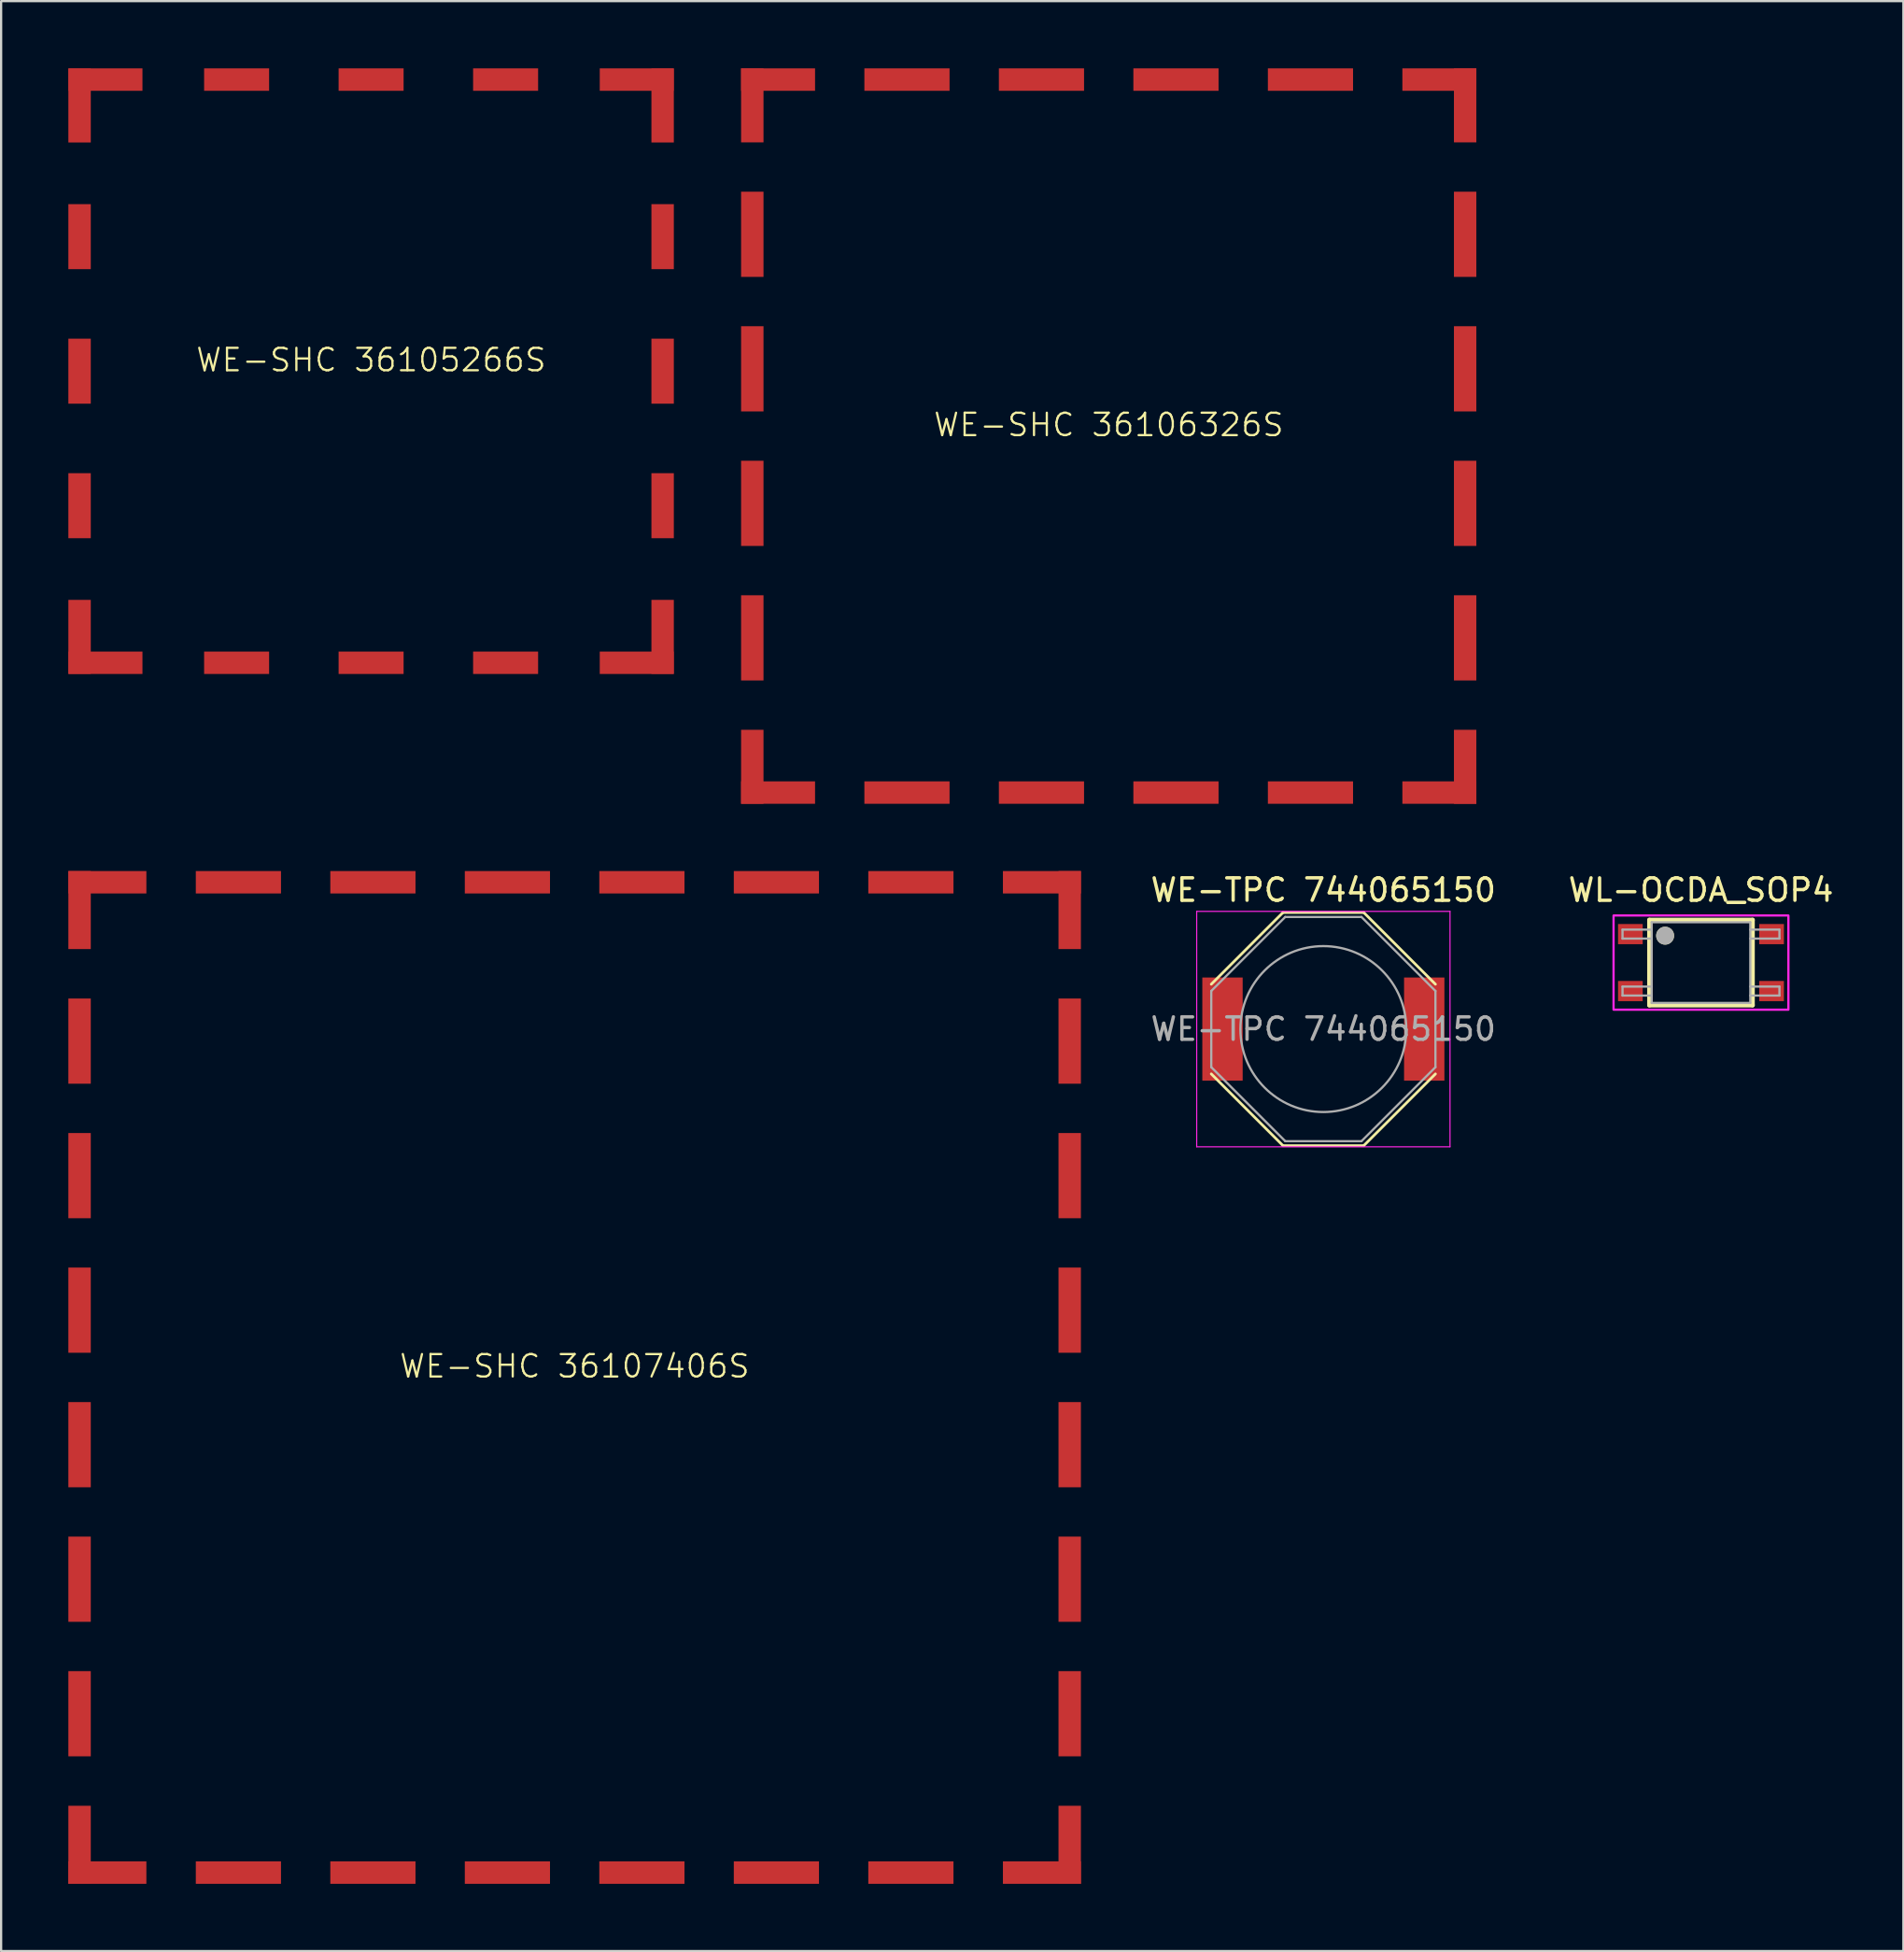
<source format=kicad_pcb>
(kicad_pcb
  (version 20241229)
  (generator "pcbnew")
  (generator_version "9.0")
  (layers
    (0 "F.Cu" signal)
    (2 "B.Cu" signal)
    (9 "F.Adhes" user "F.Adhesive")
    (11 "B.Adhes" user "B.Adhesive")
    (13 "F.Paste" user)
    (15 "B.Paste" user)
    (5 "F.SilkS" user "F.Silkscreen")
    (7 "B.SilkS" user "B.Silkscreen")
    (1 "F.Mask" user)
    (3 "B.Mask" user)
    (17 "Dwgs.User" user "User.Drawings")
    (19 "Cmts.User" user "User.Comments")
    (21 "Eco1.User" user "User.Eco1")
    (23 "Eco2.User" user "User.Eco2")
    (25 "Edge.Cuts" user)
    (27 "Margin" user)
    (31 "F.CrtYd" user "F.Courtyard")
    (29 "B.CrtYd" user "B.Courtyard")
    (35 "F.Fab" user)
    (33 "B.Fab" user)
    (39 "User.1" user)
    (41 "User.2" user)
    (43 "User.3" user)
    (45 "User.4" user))
  (footprint "WE-SHC 36105266S"
    (layer "F.Cu")
    (at 13.505 13.505)
    (property "Reference" "WE-SHC 36105266S" (at 0 -0.5 0) (unlocked yes) (layer "F.SilkS") (effects (font (size 1 1) (thickness 0.1))))
    (attr smd)
    (pad "1" smd rect (at -13.005 -11.85 90) (size 3.3 1) (layers "F.Cu" "F.Mask" "F.Paste"))
    (pad "1" smd rect (at -13.005 -6) (size 1 2.9) (layers "F.Cu" "F.Mask" "F.Paste"))
    (pad "1" smd rect (at -13.005 0) (size 1 2.9) (layers "F.Cu" "F.Mask" "F.Paste"))
    (pad "1" smd rect (at -13.005 6) (size 1 2.9) (layers "F.Cu" "F.Mask" "F.Paste"))
    (pad "1" smd rect (at -13.005 11.85 90) (size 3.3 1) (layers "F.Cu" "F.Mask" "F.Paste"))
    (pad "1" smd rect (at -11.85 -13.005) (size 3.3 1) (layers "F.Cu" "F.Mask" "F.Paste"))
    (pad "1" smd rect (at -11.85 13.005) (size 3.3 1) (layers "F.Cu" "F.Mask" "F.Paste"))
    (pad "1" smd rect (at -6 -13.005) (size 2.9 1) (layers "F.Cu" "F.Mask" "F.Paste"))
    (pad "1" smd rect (at -6 13.005) (size 2.9 1) (layers "F.Cu" "F.Mask" "F.Paste"))
    (pad "1" smd rect (at 0 -13.005) (size 2.9 1) (layers "F.Cu" "F.Mask" "F.Paste"))
    (pad "1" smd rect (at 0 13.005) (size 2.9 1) (layers "F.Cu" "F.Mask" "F.Paste"))
    (pad "1" smd rect (at 6 -13.005) (size 2.9 1) (layers "F.Cu" "F.Mask" "F.Paste"))
    (pad "1" smd rect (at 6 13.005) (size 2.9 1) (layers "F.Cu" "F.Mask" "F.Paste"))
    (pad "1" smd rect (at 11.85 -13.005) (size 3.3 1) (layers "F.Cu" "F.Mask" "F.Paste"))
    (pad "1" smd rect (at 11.85 13.005) (size 3.3 1) (layers "F.Cu" "F.Mask" "F.Paste"))
    (pad "1" smd rect (at 13.005 -11.85 90) (size 3.3 1) (layers "F.Cu" "F.Mask" "F.Paste"))
    (pad "1" smd rect (at 13.005 -6) (size 1 2.9) (layers "F.Cu" "F.Mask" "F.Paste"))
    (pad "1" smd rect (at 13.005 0) (size 1 2.9) (layers "F.Cu" "F.Mask" "F.Paste"))
    (pad "1" smd rect (at 13.005 6) (size 1 2.9) (layers "F.Cu" "F.Mask" "F.Paste"))
    (pad "1" smd rect (at 13.005 11.85 90) (size 3.3 1) (layers "F.Cu" "F.Mask" "F.Paste")))
  (footprint "WE-TPC 744065150"
    (layer "F.Cu")
    (at 55.985 42.848)
    (property "Reference" "WE-TPC 744065150" (at 0 -6.2 0) (layer "F.SilkS") (effects (font (size 1 1) (thickness 0.15))))
    (attr smd)
    (fp_line (start -1.8 -5.2) (end -5 -2) (stroke (width 0.12) (type solid)) (layer "F.SilkS"))
    (fp_line (start -1.8 -5.2) (end 1.8 -5.2) (stroke (width 0.12) (type solid)) (layer "F.SilkS"))
    (fp_line (start -1.8 5.2) (end -5 2) (stroke (width 0.12) (type solid)) (layer "F.SilkS"))
    (fp_line (start 1.8 -5.2) (end 5 -2) (stroke (width 0.12) (type solid)) (layer "F.SilkS"))
    (fp_line (start 1.8 5.2) (end -1.8 5.2) (stroke (width 0.12) (type solid)) (layer "F.SilkS"))
    (fp_line (start 1.8 5.2) (end 5 2) (stroke (width 0.12) (type solid)) (layer "F.SilkS"))
    (fp_line (start -5.65 -5.25) (end 5.65 -5.25) (stroke (width 0.05) (type solid)) (layer "F.CrtYd"))
    (fp_line (start -5.65 5.25) (end -5.65 -5.25) (stroke (width 0.05) (type solid)) (layer "F.CrtYd"))
    (fp_line (start 5.65 -5.25) (end 5.65 5.25) (stroke (width 0.05) (type solid)) (layer "F.CrtYd"))
    (fp_line (start 5.65 5.25) (end -5.65 5.25) (stroke (width 0.05) (type solid)) (layer "F.CrtYd"))
    (fp_line (start -5 -1.7) (end -1.7 -5) (stroke (width 0.1) (type solid)) (layer "F.Fab"))
    (fp_line (start -5 1.7) (end -5 -1.7) (stroke (width 0.1) (type solid)) (layer "F.Fab"))
    (fp_line (start -1.7 -5) (end 1.7 -5) (stroke (width 0.1) (type solid)) (layer "F.Fab"))
    (fp_line (start -1.7 5) (end -5 1.7) (stroke (width 0.1) (type solid)) (layer "F.Fab"))
    (fp_line (start 1.7 -5) (end 5 -1.7) (stroke (width 0.1) (type solid)) (layer "F.Fab"))
    (fp_line (start 1.7 5) (end -1.7 5) (stroke (width 0.1) (type solid)) (layer "F.Fab"))
    (fp_line (start 5 -1.7) (end 5 1.7) (stroke (width 0.1) (type solid)) (layer "F.Fab"))
    (fp_line (start 5 1.7) (end 1.7 5) (stroke (width 0.1) (type solid)) (layer "F.Fab"))
    (fp_circle (center 0 0) (end 3.7 0) (stroke (width 0.1) (type solid)) (fill no) (layer "F.Fab"))
    (fp_text user "${REFERENCE}" (at 0 0 0) (layer "F.Fab") (effects (font (size 1 1) (thickness 0.15))))
    (pad "1" smd rect (at -4.5 0) (size 1.8 4.6) (layers "F.Cu" "F.Mask" "F.Paste"))
    (pad "2" smd rect (at 4.5 0) (size 1.8 4.6) (layers "F.Cu" "F.Mask" "F.Paste")))
  (footprint "WE-SHC 36107406S"
    (layer "F.Cu")
    (at 22.585 58.385)
    (property "Reference" "WE-SHC 36107406S" (at 0 -0.5 0) (unlocked yes) (layer "F.SilkS") (effects (font (size 1 1) (thickness 0.1))))
    (attr smd)
    (pad "1" smd rect (at -22.085 -20.845 90) (size 3.48 1) (layers "F.Cu" "F.Mask" "F.Paste"))
    (pad "1" smd rect (at -22.085 -15) (size 1 3.8) (layers "F.Cu" "F.Mask" "F.Paste"))
    (pad "1" smd rect (at -22.085 -9) (size 1 3.8) (layers "F.Cu" "F.Mask" "F.Paste"))
    (pad "1" smd rect (at -22.085 -3) (size 1 3.8) (layers "F.Cu" "F.Mask" "F.Paste"))
    (pad "1" smd rect (at -22.085 3) (size 1 3.8) (layers "F.Cu" "F.Mask" "F.Paste"))
    (pad "1" smd rect (at -22.085 9) (size 1 3.8) (layers "F.Cu" "F.Mask" "F.Paste"))
    (pad "1" smd rect (at -22.085 15) (size 1 3.8) (layers "F.Cu" "F.Mask" "F.Paste"))
    (pad "1" smd rect (at -22.085 20.845 90) (size 3.48 1) (layers "F.Cu" "F.Mask" "F.Paste"))
    (pad "1" smd rect (at -20.845 -22.085) (size 3.48 1) (layers "F.Cu" "F.Mask" "F.Paste"))
    (pad "1" smd rect (at -20.845 22.085) (size 3.48 1) (layers "F.Cu" "F.Mask" "F.Paste"))
    (pad "1" smd rect (at -15 -22.085) (size 3.8 1) (layers "F.Cu" "F.Mask" "F.Paste"))
    (pad "1" smd rect (at -15 22.085) (size 3.8 1) (layers "F.Cu" "F.Mask" "F.Paste"))
    (pad "1" smd rect (at -9 -22.085) (size 3.8 1) (layers "F.Cu" "F.Mask" "F.Paste"))
    (pad "1" smd rect (at -9 22.085) (size 3.8 1) (layers "F.Cu" "F.Mask" "F.Paste"))
    (pad "1" smd rect (at -3 -22.085) (size 3.8 1) (layers "F.Cu" "F.Mask" "F.Paste"))
    (pad "1" smd rect (at -3 22.085) (size 3.8 1) (layers "F.Cu" "F.Mask" "F.Paste"))
    (pad "1" smd rect (at 3 -22.085) (size 3.8 1) (layers "F.Cu" "F.Mask" "F.Paste"))
    (pad "1" smd rect (at 3 22.085) (size 3.8 1) (layers "F.Cu" "F.Mask" "F.Paste"))
    (pad "1" smd rect (at 9 -22.085) (size 3.8 1) (layers "F.Cu" "F.Mask" "F.Paste"))
    (pad "1" smd rect (at 9 22.085) (size 3.8 1) (layers "F.Cu" "F.Mask" "F.Paste"))
    (pad "1" smd rect (at 15 -22.085) (size 3.8 1) (layers "F.Cu" "F.Mask" "F.Paste"))
    (pad "1" smd rect (at 15 22.085) (size 3.8 1) (layers "F.Cu" "F.Mask" "F.Paste"))
    (pad "1" smd rect (at 20.845 -22.085) (size 3.48 1) (layers "F.Cu" "F.Mask" "F.Paste"))
    (pad "1" smd rect (at 20.845 22.085) (size 3.48 1) (layers "F.Cu" "F.Mask" "F.Paste"))
    (pad "1" smd rect (at 22.085 -20.845 90) (size 3.48 1) (layers "F.Cu" "F.Mask" "F.Paste"))
    (pad "1" smd rect (at 22.085 -15) (size 1 3.8) (layers "F.Cu" "F.Mask" "F.Paste"))
    (pad "1" smd rect (at 22.085 -9) (size 1 3.8) (layers "F.Cu" "F.Mask" "F.Paste"))
    (pad "1" smd rect (at 22.085 -3) (size 1 3.8) (layers "F.Cu" "F.Mask" "F.Paste"))
    (pad "1" smd rect (at 22.085 3) (size 1 3.8) (layers "F.Cu" "F.Mask" "F.Paste"))
    (pad "1" smd rect (at 22.085 9) (size 1 3.8) (layers "F.Cu" "F.Mask" "F.Paste"))
    (pad "1" smd rect (at 22.085 15) (size 1 3.8) (layers "F.Cu" "F.Mask" "F.Paste"))
    (pad "1" smd rect (at 22.085 20.845 90) (size 3.48 1) (layers "F.Cu" "F.Mask" "F.Paste")))
  (footprint "WL-OCDA_SOP4"
    (layer "F.Cu")
    (at 72.831 39.883)
    (property "Reference" "WL-OCDA_SOP4" (at 0 -3.235 0) (layer "F.SilkS") (effects (font (size 1 1) (thickness 0.15))))
    (attr smd)
    (fp_line (start -2.3 -1.9) (end 2.3 -1.9) (stroke (width 0.2) (type solid)) (layer "F.SilkS"))
    (fp_line (start -2.3 1.9) (end -2.3 -1.9) (stroke (width 0.2) (type solid)) (layer "F.SilkS"))
    (fp_line (start 2.3 -1.9) (end 2.3 1.9) (stroke (width 0.2) (type solid)) (layer "F.SilkS"))
    (fp_line (start 2.3 1.9) (end -2.3 1.9) (stroke (width 0.2) (type solid)) (layer "F.SilkS"))
    (fp_circle (center -1.6 -1.2) (end -1.4 -1.2) (stroke (width 0.4) (type solid)) (fill no) (layer "F.SilkS"))
    (fp_poly (pts (xy -3.9 -2.1) (xy 3.9 -2.1) (xy 3.9 2.1) (xy -3.9 2.1)) (stroke (width 0.1) (type solid)) (fill no) (layer "F.CrtYd"))
    (fp_line (start -3.5 -1.47) (end -3.5 -1.07) (stroke (width 0.1) (type solid)) (layer "F.Fab"))
    (fp_line (start -3.5 -1.07) (end -2.2 -1.07) (stroke (width 0.1) (type solid)) (layer "F.Fab"))
    (fp_line (start -3.5 1.07) (end -3.5 1.47) (stroke (width 0.1) (type solid)) (layer "F.Fab"))
    (fp_line (start -3.5 1.47) (end -2.2 1.47) (stroke (width 0.1) (type solid)) (layer "F.Fab"))
    (fp_line (start -2.2 -1.8) (end 2.2 -1.8) (stroke (width 0.1) (type solid)) (layer "F.Fab"))
    (fp_line (start -2.2 -1.47) (end -3.5 -1.47) (stroke (width 0.1) (type solid)) (layer "F.Fab"))
    (fp_line (start -2.2 -1.47) (end -2.2 -1.8) (stroke (width 0.1) (type solid)) (layer "F.Fab"))
    (fp_line (start -2.2 -1.07) (end -2.2 -1.47) (stroke (width 0.1) (type solid)) (layer "F.Fab"))
    (fp_line (start -2.2 1.07) (end -3.5 1.07) (stroke (width 0.1) (type solid)) (layer "F.Fab"))
    (fp_line (start -2.2 1.8) (end -2.2 -1.07) (stroke (width 0.1) (type solid)) (layer "F.Fab"))
    (fp_line (start 2.2 -1.8) (end 2.2 1.8) (stroke (width 0.1) (type solid)) (layer "F.Fab"))
    (fp_line (start 2.2 -1.07) (end 3.5 -1.07) (stroke (width 0.1) (type solid)) (layer "F.Fab"))
    (fp_line (start 2.2 1.47) (end 3.5 1.47) (stroke (width 0.1) (type solid)) (layer "F.Fab"))
    (fp_line (start 2.2 1.8) (end -2.2 1.8) (stroke (width 0.1) (type solid)) (layer "F.Fab"))
    (fp_line (start 3.5 -1.47) (end 2.2 -1.47) (stroke (width 0.1) (type solid)) (layer "F.Fab"))
    (fp_line (start 3.5 -1.07) (end 3.5 -1.47) (stroke (width 0.1) (type solid)) (layer "F.Fab"))
    (fp_line (start 3.5 1.07) (end 2.2 1.07) (stroke (width 0.1) (type solid)) (layer "F.Fab"))
    (fp_line (start 3.5 1.47) (end 3.5 1.07) (stroke (width 0.1) (type solid)) (layer "F.Fab"))
    (fp_circle (center -1.6 -1.2) (end -1.4 -1.2) (stroke (width 0.4) (type solid)) (fill no) (layer "F.Fab"))
    (pad "1" smd rect (at -3.15 -1.27) (size 1.1 0.9) (layers "F.Cu" "F.Mask" "F.Paste"))
    (pad "2" smd rect (at -3.15 1.27) (size 1.1 0.9) (layers "F.Cu" "F.Mask" "F.Paste"))
    (pad "3" smd rect (at 3.15 1.27) (size 1.1 0.9) (layers "F.Cu" "F.Mask" "F.Paste"))
    (pad "4" smd rect (at 3.15 -1.27) (size 1.1 0.9) (layers "F.Cu" "F.Mask" "F.Paste")))
  (footprint "WE-SHC 36106326S"
    (layer "F.Cu")
    (at 46.41 16.4)
    (property "Reference" "WE-SHC 36106326S" (at 0 -0.5 0) (unlocked yes) (layer "F.SilkS") (effects (font (size 1 1) (thickness 0.1))))
    (attr smd)
    (pad "1" smd rect (at -15.9 -14.75 90) (size 3.3 1) (layers "F.Cu" "F.Mask" "F.Paste"))
    (pad "1" smd rect (at -15.9 -9) (size 1 3.8) (layers "F.Cu" "F.Mask" "F.Paste"))
    (pad "1" smd rect (at -15.9 -3) (size 1 3.8) (layers "F.Cu" "F.Mask" "F.Paste"))
    (pad "1" smd rect (at -15.9 3) (size 1 3.8) (layers "F.Cu" "F.Mask" "F.Paste"))
    (pad "1" smd rect (at -15.9 9) (size 1 3.8) (layers "F.Cu" "F.Mask" "F.Paste"))
    (pad "1" smd rect (at -15.9 14.75 90) (size 3.3 1) (layers "F.Cu" "F.Mask" "F.Paste"))
    (pad "1" smd rect (at -14.75 -15.9) (size 3.3 1) (layers "F.Cu" "F.Mask" "F.Paste"))
    (pad "1" smd rect (at -14.75 15.9) (size 3.3 1) (layers "F.Cu" "F.Mask" "F.Paste"))
    (pad "1" smd rect (at -9 -15.9) (size 3.8 1) (layers "F.Cu" "F.Mask" "F.Paste"))
    (pad "1" smd rect (at -9 15.9) (size 3.8 1) (layers "F.Cu" "F.Mask" "F.Paste"))
    (pad "1" smd rect (at -3 -15.9) (size 3.8 1) (layers "F.Cu" "F.Mask" "F.Paste"))
    (pad "1" smd rect (at -3 15.9) (size 3.8 1) (layers "F.Cu" "F.Mask" "F.Paste"))
    (pad "1" smd rect (at 3 -15.9) (size 3.8 1) (layers "F.Cu" "F.Mask" "F.Paste"))
    (pad "1" smd rect (at 3 15.9) (size 3.8 1) (layers "F.Cu" "F.Mask" "F.Paste"))
    (pad "1" smd rect (at 9 -15.9) (size 3.8 1) (layers "F.Cu" "F.Mask" "F.Paste"))
    (pad "1" smd rect (at 9 15.9) (size 3.8 1) (layers "F.Cu" "F.Mask" "F.Paste"))
    (pad "1" smd rect (at 14.75 -15.9) (size 3.3 1) (layers "F.Cu" "F.Mask" "F.Paste"))
    (pad "1" smd rect (at 14.75 15.9) (size 3.3 1) (layers "F.Cu" "F.Mask" "F.Paste"))
    (pad "1" smd rect (at 15.9 -14.75 90) (size 3.3 1) (layers "F.Cu" "F.Mask" "F.Paste"))
    (pad "1" smd rect (at 15.9 -9) (size 1 3.8) (layers "F.Cu" "F.Mask" "F.Paste"))
    (pad "1" smd rect (at 15.9 -3) (size 1 3.8) (layers "F.Cu" "F.Mask" "F.Paste"))
    (pad "1" smd rect (at 15.9 3) (size 1 3.8) (layers "F.Cu" "F.Mask" "F.Paste"))
    (pad "1" smd rect (at 15.9 9) (size 1 3.8) (layers "F.Cu" "F.Mask" "F.Paste"))
    (pad "1" smd rect (at 15.9 14.75 90) (size 3.3 1) (layers "F.Cu" "F.Mask" "F.Paste")))
  (gr_rect
    (start -3 -3)
    (end 81.86 83.97)
    (stroke (width 0.1) (type default))
    (fill no)
    (layer "Edge.Cuts")))
</source>
